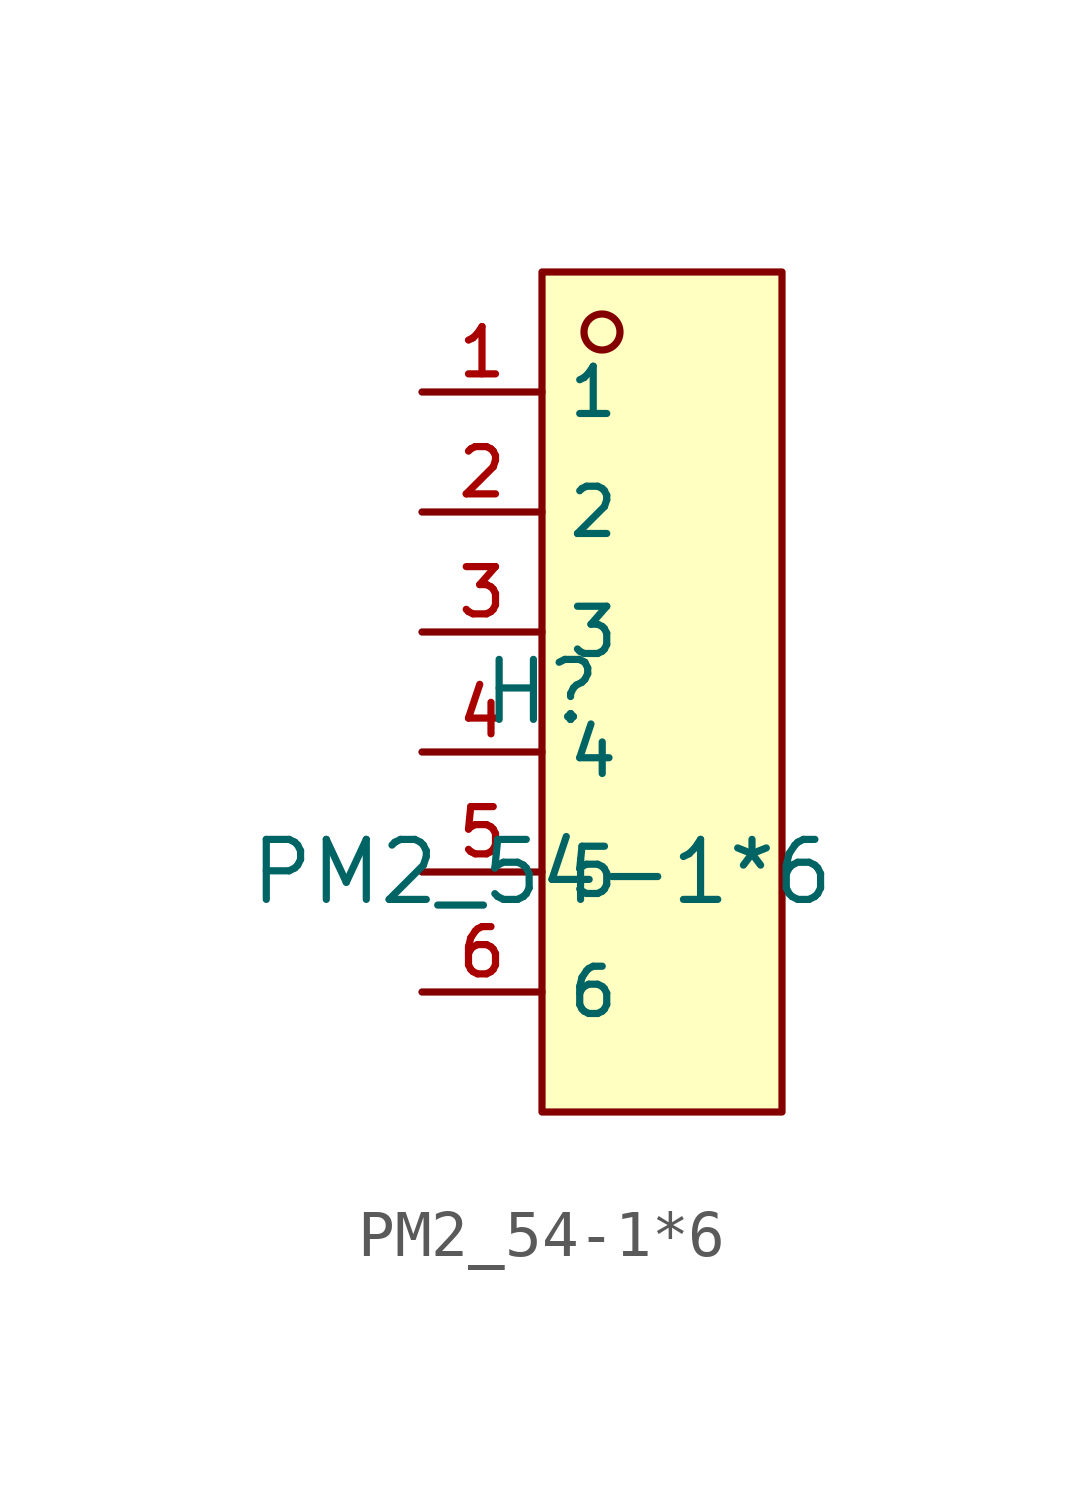
<source format=kicad_sym>
(kicad_symbol_lib
  (version 20210201)
  (generator TousstNicolas/JLC2KiCad_lib)
  (symbol "PM2_54-1*6"
    (property "Reference" "H"
      (at 0 1.27 0)
      (effects (font (size 1.27 1.27))))
    (property "Value" "PM2_54-1*6"
      (at 0 -2.54 0)
      (effects (font (size 1.27 1.27))))
    (symbol "PM2_54-1*6_0_1"
      (pin unspecified line (at -2.54 -5.08 0) (length 2.54) (name "6" (effects (font (size 1 1)))) (number "6" (effects (font (size 1 1)))))
      (pin unspecified line (at -2.54 -2.54 0) (length 2.54) (name "5" (effects (font (size 1 1)))) (number "5" (effects (font (size 1 1)))))
      (pin unspecified line (at -2.54 -0.0 0) (length 2.54) (name "4" (effects (font (size 1 1)))) (number "4" (effects (font (size 1 1)))))
      (pin unspecified line (at -2.54 2.54 0) (length 2.54) (name "3" (effects (font (size 1 1)))) (number "3" (effects (font (size 1 1)))))
      (pin unspecified line (at -2.54 5.08 0) (length 2.54) (name "2" (effects (font (size 1 1)))) (number "2" (effects (font (size 1 1)))))
      (pin unspecified line (at -2.54 7.62 0) (length 2.54) (name "1" (effects (font (size 1 1)))) (number "1" (effects (font (size 1 1)))))
      (circle (center 1.27 8.89) (radius 0.381) (stroke (width 0) (type default) (color 0 0 0 0)) (fill (type background)))
      (rectangle (start 0.0 10.16) (end 5.08 -7.62) (stroke (width 0) (type default) (color 0 0 0 0)) (fill (type background))))))
</source>
